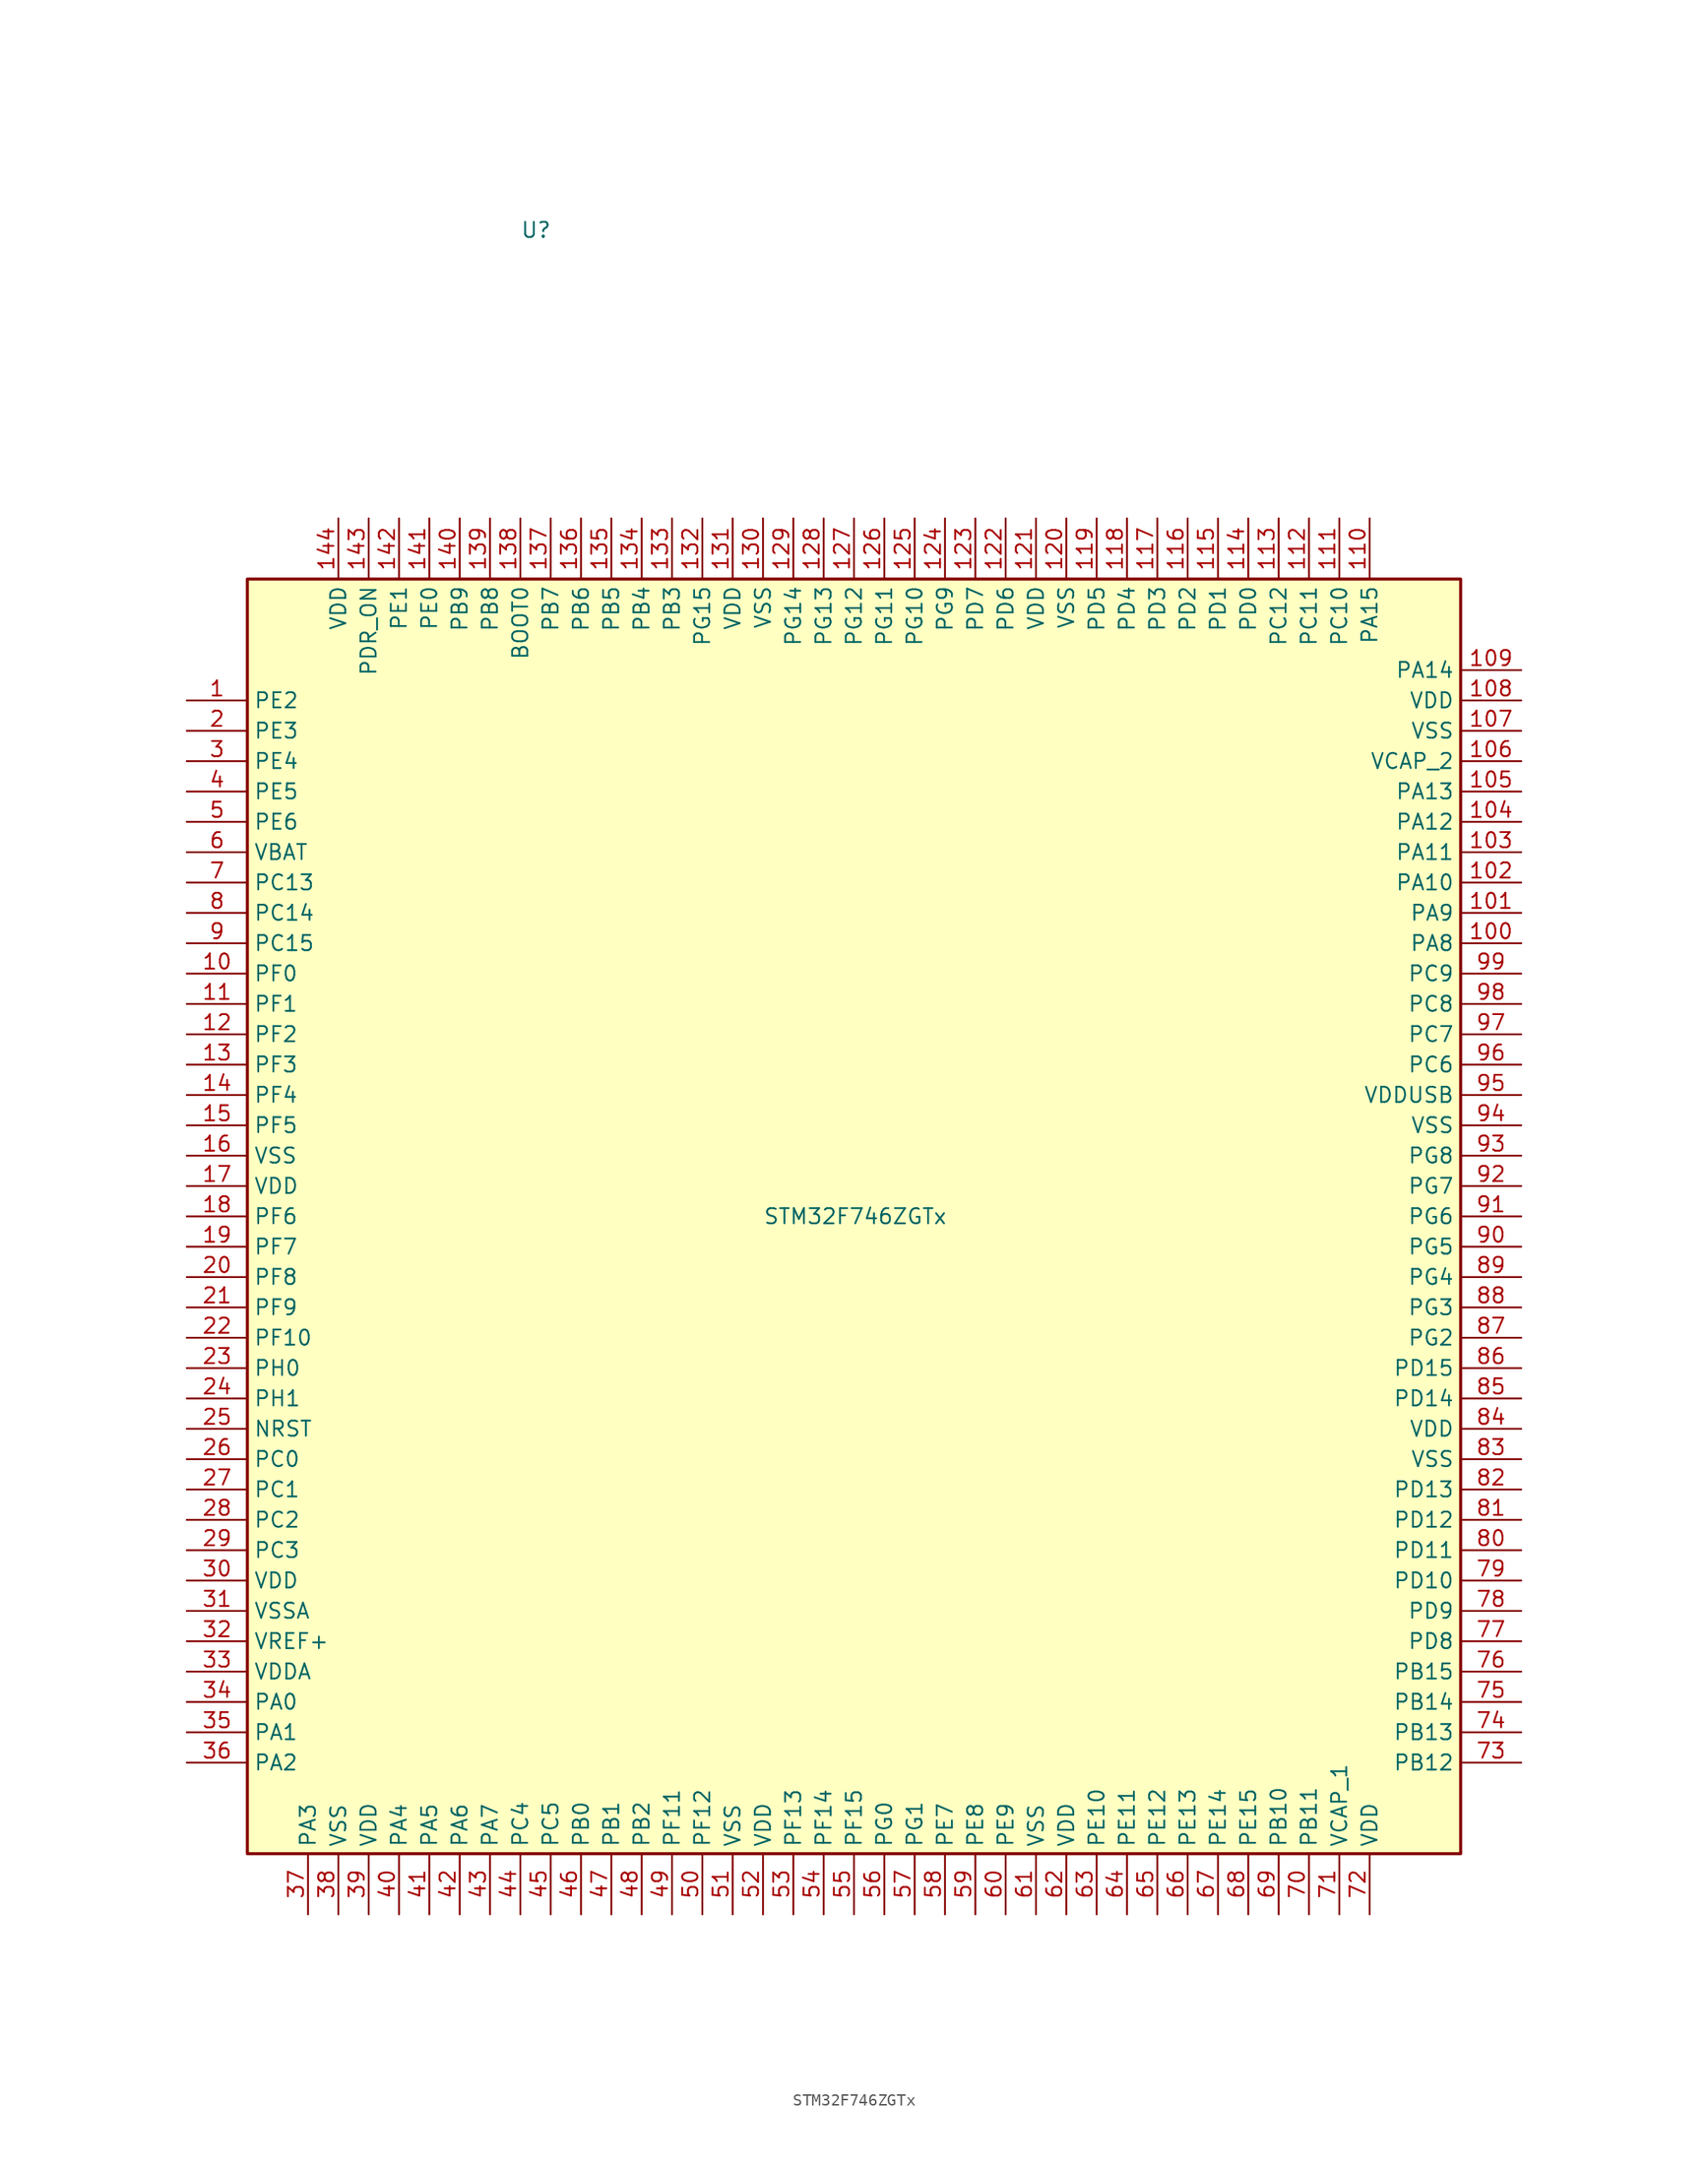
<source format=kicad_sym>
(kicad_symbol_lib
  (version 20211014)
  (generator kicad_symbol_editor)
  (symbol "STM32F746ZGTx"
    (property "Reference" "U"
      (at -25.4 87.63 0)
      (effects (font (size 1.27 1.27)) (justify left)))
    (property "Value" "STM32F746ZGTx"
      (at -5.08 5.08 0)
      (effects (font (size 1.27 1.27)) (justify left)))
    (symbol "STM32F746ZGTx_0_1"
      (rectangle (start -48.26 58.42) (end 53.34 -48.26) (stroke (width 0.254) (type default) (color 0 0 0 0)) (fill (type background))))
    (symbol "STM32F746ZGTx_1_1"
      (pin bidirectional line (at -53.34 48.26 0) (length 5.08) (name "PE2" (effects (font (size 1.27 1.27)))) (number "1" (effects (font (size 1.27 1.27)))))
      (pin bidirectional line (at -53.34 25.4 0) (length 5.08) (name "PF0" (effects (font (size 1.27 1.27)))) (number "10" (effects (font (size 1.27 1.27)))))
      (pin bidirectional line (at 58.42 27.94 180) (length 5.08) (name "PA8" (effects (font (size 1.27 1.27)))) (number "100" (effects (font (size 1.27 1.27)))))
      (pin bidirectional line (at 58.42 30.48 180) (length 5.08) (name "PA9" (effects (font (size 1.27 1.27)))) (number "101" (effects (font (size 1.27 1.27)))))
      (pin bidirectional line (at 58.42 33.02 180) (length 5.08) (name "PA10" (effects (font (size 1.27 1.27)))) (number "102" (effects (font (size 1.27 1.27)))))
      (pin bidirectional line (at 58.42 35.56 180) (length 5.08) (name "PA11" (effects (font (size 1.27 1.27)))) (number "103" (effects (font (size 1.27 1.27)))))
      (pin bidirectional line (at 58.42 38.1 180) (length 5.08) (name "PA12" (effects (font (size 1.27 1.27)))) (number "104" (effects (font (size 1.27 1.27)))))
      (pin bidirectional line (at 58.42 40.64 180) (length 5.08) (name "PA13" (effects (font (size 1.27 1.27)))) (number "105" (effects (font (size 1.27 1.27)))))
      (pin power_in line (at 58.42 43.18 180) (length 5.08) (name "VCAP_2" (effects (font (size 1.27 1.27)))) (number "106" (effects (font (size 1.27 1.27)))))
      (pin power_in line (at 58.42 45.72 180) (length 5.08) (name "VSS" (effects (font (size 1.27 1.27)))) (number "107" (effects (font (size 1.27 1.27)))))
      (pin power_in line (at 58.42 48.26 180) (length 5.08) (name "VDD" (effects (font (size 1.27 1.27)))) (number "108" (effects (font (size 1.27 1.27)))))
      (pin bidirectional line (at 58.42 50.8 180) (length 5.08) (name "PA14" (effects (font (size 1.27 1.27)))) (number "109" (effects (font (size 1.27 1.27)))))
      (pin bidirectional line (at -53.34 22.86 0) (length 5.08) (name "PF1" (effects (font (size 1.27 1.27)))) (number "11" (effects (font (size 1.27 1.27)))))
      (pin bidirectional line (at 45.72 63.5 270) (length 5.08) (name "PA15" (effects (font (size 1.27 1.27)))) (number "110" (effects (font (size 1.27 1.27)))))
      (pin bidirectional line (at 43.18 63.5 270) (length 5.08) (name "PC10" (effects (font (size 1.27 1.27)))) (number "111" (effects (font (size 1.27 1.27)))))
      (pin bidirectional line (at 40.64 63.5 270) (length 5.08) (name "PC11" (effects (font (size 1.27 1.27)))) (number "112" (effects (font (size 1.27 1.27)))))
      (pin bidirectional line (at 38.1 63.5 270) (length 5.08) (name "PC12" (effects (font (size 1.27 1.27)))) (number "113" (effects (font (size 1.27 1.27)))))
      (pin bidirectional line (at 35.56 63.5 270) (length 5.08) (name "PD0" (effects (font (size 1.27 1.27)))) (number "114" (effects (font (size 1.27 1.27)))))
      (pin bidirectional line (at 33.02 63.5 270) (length 5.08) (name "PD1" (effects (font (size 1.27 1.27)))) (number "115" (effects (font (size 1.27 1.27)))))
      (pin bidirectional line (at 30.48 63.5 270) (length 5.08) (name "PD2" (effects (font (size 1.27 1.27)))) (number "116" (effects (font (size 1.27 1.27)))))
      (pin bidirectional line (at 27.94 63.5 270) (length 5.08) (name "PD3" (effects (font (size 1.27 1.27)))) (number "117" (effects (font (size 1.27 1.27)))))
      (pin bidirectional line (at 25.4 63.5 270) (length 5.08) (name "PD4" (effects (font (size 1.27 1.27)))) (number "118" (effects (font (size 1.27 1.27)))))
      (pin bidirectional line (at 22.86 63.5 270) (length 5.08) (name "PD5" (effects (font (size 1.27 1.27)))) (number "119" (effects (font (size 1.27 1.27)))))
      (pin bidirectional line (at -53.34 20.32 0) (length 5.08) (name "PF2" (effects (font (size 1.27 1.27)))) (number "12" (effects (font (size 1.27 1.27)))))
      (pin power_in line (at 20.32 63.5 270) (length 5.08) (name "VSS" (effects (font (size 1.27 1.27)))) (number "120" (effects (font (size 1.27 1.27)))))
      (pin power_in line (at 17.78 63.5 270) (length 5.08) (name "VDD" (effects (font (size 1.27 1.27)))) (number "121" (effects (font (size 1.27 1.27)))))
      (pin bidirectional line (at 15.24 63.5 270) (length 5.08) (name "PD6" (effects (font (size 1.27 1.27)))) (number "122" (effects (font (size 1.27 1.27)))))
      (pin bidirectional line (at 12.7 63.5 270) (length 5.08) (name "PD7" (effects (font (size 1.27 1.27)))) (number "123" (effects (font (size 1.27 1.27)))))
      (pin bidirectional line (at 10.16 63.5 270) (length 5.08) (name "PG9" (effects (font (size 1.27 1.27)))) (number "124" (effects (font (size 1.27 1.27)))))
      (pin bidirectional line (at 7.62 63.5 270) (length 5.08) (name "PG10" (effects (font (size 1.27 1.27)))) (number "125" (effects (font (size 1.27 1.27)))))
      (pin bidirectional line (at 5.08 63.5 270) (length 5.08) (name "PG11" (effects (font (size 1.27 1.27)))) (number "126" (effects (font (size 1.27 1.27)))))
      (pin bidirectional line (at 2.54 63.5 270) (length 5.08) (name "PG12" (effects (font (size 1.27 1.27)))) (number "127" (effects (font (size 1.27 1.27)))))
      (pin bidirectional line (at 0 63.5 270) (length 5.08) (name "PG13" (effects (font (size 1.27 1.27)))) (number "128" (effects (font (size 1.27 1.27)))))
      (pin bidirectional line (at -2.54 63.5 270) (length 5.08) (name "PG14" (effects (font (size 1.27 1.27)))) (number "129" (effects (font (size 1.27 1.27)))))
      (pin bidirectional line (at -53.34 17.78 0) (length 5.08) (name "PF3" (effects (font (size 1.27 1.27)))) (number "13" (effects (font (size 1.27 1.27)))))
      (pin power_in line (at -5.08 63.5 270) (length 5.08) (name "VSS" (effects (font (size 1.27 1.27)))) (number "130" (effects (font (size 1.27 1.27)))))
      (pin power_in line (at -7.62 63.5 270) (length 5.08) (name "VDD" (effects (font (size 1.27 1.27)))) (number "131" (effects (font (size 1.27 1.27)))))
      (pin bidirectional line (at -10.16 63.5 270) (length 5.08) (name "PG15" (effects (font (size 1.27 1.27)))) (number "132" (effects (font (size 1.27 1.27)))))
      (pin bidirectional line (at -12.7 63.5 270) (length 5.08) (name "PB3" (effects (font (size 1.27 1.27)))) (number "133" (effects (font (size 1.27 1.27)))))
      (pin bidirectional line (at -15.24 63.5 270) (length 5.08) (name "PB4" (effects (font (size 1.27 1.27)))) (number "134" (effects (font (size 1.27 1.27)))))
      (pin bidirectional line (at -17.78 63.5 270) (length 5.08) (name "PB5" (effects (font (size 1.27 1.27)))) (number "135" (effects (font (size 1.27 1.27)))))
      (pin bidirectional line (at -20.32 63.5 270) (length 5.08) (name "PB6" (effects (font (size 1.27 1.27)))) (number "136" (effects (font (size 1.27 1.27)))))
      (pin bidirectional line (at -22.86 63.5 270) (length 5.08) (name "PB7" (effects (font (size 1.27 1.27)))) (number "137" (effects (font (size 1.27 1.27)))))
      (pin input line (at -25.4 63.5 270) (length 5.08) (name "BOOT0" (effects (font (size 1.27 1.27)))) (number "138" (effects (font (size 1.27 1.27)))))
      (pin bidirectional line (at -27.94 63.5 270) (length 5.08) (name "PB8" (effects (font (size 1.27 1.27)))) (number "139" (effects (font (size 1.27 1.27)))))
      (pin bidirectional line (at -53.34 15.24 0) (length 5.08) (name "PF4" (effects (font (size 1.27 1.27)))) (number "14" (effects (font (size 1.27 1.27)))))
      (pin bidirectional line (at -30.48 63.5 270) (length 5.08) (name "PB9" (effects (font (size 1.27 1.27)))) (number "140" (effects (font (size 1.27 1.27)))))
      (pin bidirectional line (at -33.02 63.5 270) (length 5.08) (name "PE0" (effects (font (size 1.27 1.27)))) (number "141" (effects (font (size 1.27 1.27)))))
      (pin bidirectional line (at -35.56 63.5 270) (length 5.08) (name "PE1" (effects (font (size 1.27 1.27)))) (number "142" (effects (font (size 1.27 1.27)))))
      (pin input line (at -38.1 63.5 270) (length 5.08) (name "PDR_ON" (effects (font (size 1.27 1.27)))) (number "143" (effects (font (size 1.27 1.27)))))
      (pin power_in line (at -40.64 63.5 270) (length 5.08) (name "VDD" (effects (font (size 1.27 1.27)))) (number "144" (effects (font (size 1.27 1.27)))))
      (pin bidirectional line (at -53.34 12.7 0) (length 5.08) (name "PF5" (effects (font (size 1.27 1.27)))) (number "15" (effects (font (size 1.27 1.27)))))
      (pin power_in line (at -53.34 10.16 0) (length 5.08) (name "VSS" (effects (font (size 1.27 1.27)))) (number "16" (effects (font (size 1.27 1.27)))))
      (pin power_in line (at -53.34 7.62 0) (length 5.08) (name "VDD" (effects (font (size 1.27 1.27)))) (number "17" (effects (font (size 1.27 1.27)))))
      (pin bidirectional line (at -53.34 5.08 0) (length 5.08) (name "PF6" (effects (font (size 1.27 1.27)))) (number "18" (effects (font (size 1.27 1.27)))))
      (pin bidirectional line (at -53.34 2.54 0) (length 5.08) (name "PF7" (effects (font (size 1.27 1.27)))) (number "19" (effects (font (size 1.27 1.27)))))
      (pin bidirectional line (at -53.34 45.72 0) (length 5.08) (name "PE3" (effects (font (size 1.27 1.27)))) (number "2" (effects (font (size 1.27 1.27)))))
      (pin bidirectional line (at -53.34 0 0) (length 5.08) (name "PF8" (effects (font (size 1.27 1.27)))) (number "20" (effects (font (size 1.27 1.27)))))
      (pin bidirectional line (at -53.34 -2.54 0) (length 5.08) (name "PF9" (effects (font (size 1.27 1.27)))) (number "21" (effects (font (size 1.27 1.27)))))
      (pin bidirectional line (at -53.34 -5.08 0) (length 5.08) (name "PF10" (effects (font (size 1.27 1.27)))) (number "22" (effects (font (size 1.27 1.27)))))
      (pin input line (at -53.34 -7.62 0) (length 5.08) (name "PH0" (effects (font (size 1.27 1.27)))) (number "23" (effects (font (size 1.27 1.27)))))
      (pin input line (at -53.34 -10.16 0) (length 5.08) (name "PH1" (effects (font (size 1.27 1.27)))) (number "24" (effects (font (size 1.27 1.27)))))
      (pin input line (at -53.34 -12.7 0) (length 5.08) (name "NRST" (effects (font (size 1.27 1.27)))) (number "25" (effects (font (size 1.27 1.27)))))
      (pin bidirectional line (at -53.34 -15.24 0) (length 5.08) (name "PC0" (effects (font (size 1.27 1.27)))) (number "26" (effects (font (size 1.27 1.27)))))
      (pin bidirectional line (at -53.34 -17.78 0) (length 5.08) (name "PC1" (effects (font (size 1.27 1.27)))) (number "27" (effects (font (size 1.27 1.27)))))
      (pin bidirectional line (at -53.34 -20.32 0) (length 5.08) (name "PC2" (effects (font (size 1.27 1.27)))) (number "28" (effects (font (size 1.27 1.27)))))
      (pin bidirectional line (at -53.34 -22.86 0) (length 5.08) (name "PC3" (effects (font (size 1.27 1.27)))) (number "29" (effects (font (size 1.27 1.27)))))
      (pin bidirectional line (at -53.34 43.18 0) (length 5.08) (name "PE4" (effects (font (size 1.27 1.27)))) (number "3" (effects (font (size 1.27 1.27)))))
      (pin power_in line (at -53.34 -25.4 0) (length 5.08) (name "VDD" (effects (font (size 1.27 1.27)))) (number "30" (effects (font (size 1.27 1.27)))))
      (pin power_in line (at -53.34 -27.94 0) (length 5.08) (name "VSSA" (effects (font (size 1.27 1.27)))) (number "31" (effects (font (size 1.27 1.27)))))
      (pin power_in line (at -53.34 -30.48 0) (length 5.08) (name "VREF+" (effects (font (size 1.27 1.27)))) (number "32" (effects (font (size 1.27 1.27)))))
      (pin power_in line (at -53.34 -33.02 0) (length 5.08) (name "VDDA" (effects (font (size 1.27 1.27)))) (number "33" (effects (font (size 1.27 1.27)))))
      (pin bidirectional line (at -53.34 -35.56 0) (length 5.08) (name "PA0" (effects (font (size 1.27 1.27)))) (number "34" (effects (font (size 1.27 1.27)))))
      (pin bidirectional line (at -53.34 -38.1 0) (length 5.08) (name "PA1" (effects (font (size 1.27 1.27)))) (number "35" (effects (font (size 1.27 1.27)))))
      (pin bidirectional line (at -53.34 -40.64 0) (length 5.08) (name "PA2" (effects (font (size 1.27 1.27)))) (number "36" (effects (font (size 1.27 1.27)))))
      (pin bidirectional line (at -43.18 -53.34 90) (length 5.08) (name "PA3" (effects (font (size 1.27 1.27)))) (number "37" (effects (font (size 1.27 1.27)))))
      (pin power_in line (at -40.64 -53.34 90) (length 5.08) (name "VSS" (effects (font (size 1.27 1.27)))) (number "38" (effects (font (size 1.27 1.27)))))
      (pin power_in line (at -38.1 -53.34 90) (length 5.08) (name "VDD" (effects (font (size 1.27 1.27)))) (number "39" (effects (font (size 1.27 1.27)))))
      (pin bidirectional line (at -53.34 40.64 0) (length 5.08) (name "PE5" (effects (font (size 1.27 1.27)))) (number "4" (effects (font (size 1.27 1.27)))))
      (pin bidirectional line (at -35.56 -53.34 90) (length 5.08) (name "PA4" (effects (font (size 1.27 1.27)))) (number "40" (effects (font (size 1.27 1.27)))))
      (pin bidirectional line (at -33.02 -53.34 90) (length 5.08) (name "PA5" (effects (font (size 1.27 1.27)))) (number "41" (effects (font (size 1.27 1.27)))))
      (pin bidirectional line (at -30.48 -53.34 90) (length 5.08) (name "PA6" (effects (font (size 1.27 1.27)))) (number "42" (effects (font (size 1.27 1.27)))))
      (pin bidirectional line (at -27.94 -53.34 90) (length 5.08) (name "PA7" (effects (font (size 1.27 1.27)))) (number "43" (effects (font (size 1.27 1.27)))))
      (pin bidirectional line (at -25.4 -53.34 90) (length 5.08) (name "PC4" (effects (font (size 1.27 1.27)))) (number "44" (effects (font (size 1.27 1.27)))))
      (pin bidirectional line (at -22.86 -53.34 90) (length 5.08) (name "PC5" (effects (font (size 1.27 1.27)))) (number "45" (effects (font (size 1.27 1.27)))))
      (pin bidirectional line (at -20.32 -53.34 90) (length 5.08) (name "PB0" (effects (font (size 1.27 1.27)))) (number "46" (effects (font (size 1.27 1.27)))))
      (pin bidirectional line (at -17.78 -53.34 90) (length 5.08) (name "PB1" (effects (font (size 1.27 1.27)))) (number "47" (effects (font (size 1.27 1.27)))))
      (pin bidirectional line (at -15.24 -53.34 90) (length 5.08) (name "PB2" (effects (font (size 1.27 1.27)))) (number "48" (effects (font (size 1.27 1.27)))))
      (pin bidirectional line (at -12.7 -53.34 90) (length 5.08) (name "PF11" (effects (font (size 1.27 1.27)))) (number "49" (effects (font (size 1.27 1.27)))))
      (pin bidirectional line (at -53.34 38.1 0) (length 5.08) (name "PE6" (effects (font (size 1.27 1.27)))) (number "5" (effects (font (size 1.27 1.27)))))
      (pin bidirectional line (at -10.16 -53.34 90) (length 5.08) (name "PF12" (effects (font (size 1.27 1.27)))) (number "50" (effects (font (size 1.27 1.27)))))
      (pin power_in line (at -7.62 -53.34 90) (length 5.08) (name "VSS" (effects (font (size 1.27 1.27)))) (number "51" (effects (font (size 1.27 1.27)))))
      (pin power_in line (at -5.08 -53.34 90) (length 5.08) (name "VDD" (effects (font (size 1.27 1.27)))) (number "52" (effects (font (size 1.27 1.27)))))
      (pin bidirectional line (at -2.54 -53.34 90) (length 5.08) (name "PF13" (effects (font (size 1.27 1.27)))) (number "53" (effects (font (size 1.27 1.27)))))
      (pin bidirectional line (at 0 -53.34 90) (length 5.08) (name "PF14" (effects (font (size 1.27 1.27)))) (number "54" (effects (font (size 1.27 1.27)))))
      (pin bidirectional line (at 2.54 -53.34 90) (length 5.08) (name "PF15" (effects (font (size 1.27 1.27)))) (number "55" (effects (font (size 1.27 1.27)))))
      (pin bidirectional line (at 5.08 -53.34 90) (length 5.08) (name "PG0" (effects (font (size 1.27 1.27)))) (number "56" (effects (font (size 1.27 1.27)))))
      (pin bidirectional line (at 7.62 -53.34 90) (length 5.08) (name "PG1" (effects (font (size 1.27 1.27)))) (number "57" (effects (font (size 1.27 1.27)))))
      (pin bidirectional line (at 10.16 -53.34 90) (length 5.08) (name "PE7" (effects (font (size 1.27 1.27)))) (number "58" (effects (font (size 1.27 1.27)))))
      (pin bidirectional line (at 12.7 -53.34 90) (length 5.08) (name "PE8" (effects (font (size 1.27 1.27)))) (number "59" (effects (font (size 1.27 1.27)))))
      (pin power_in line (at -53.34 35.56 0) (length 5.08) (name "VBAT" (effects (font (size 1.27 1.27)))) (number "6" (effects (font (size 1.27 1.27)))))
      (pin bidirectional line (at 15.24 -53.34 90) (length 5.08) (name "PE9" (effects (font (size 1.27 1.27)))) (number "60" (effects (font (size 1.27 1.27)))))
      (pin power_in line (at 17.78 -53.34 90) (length 5.08) (name "VSS" (effects (font (size 1.27 1.27)))) (number "61" (effects (font (size 1.27 1.27)))))
      (pin power_in line (at 20.32 -53.34 90) (length 5.08) (name "VDD" (effects (font (size 1.27 1.27)))) (number "62" (effects (font (size 1.27 1.27)))))
      (pin bidirectional line (at 22.86 -53.34 90) (length 5.08) (name "PE10" (effects (font (size 1.27 1.27)))) (number "63" (effects (font (size 1.27 1.27)))))
      (pin bidirectional line (at 25.4 -53.34 90) (length 5.08) (name "PE11" (effects (font (size 1.27 1.27)))) (number "64" (effects (font (size 1.27 1.27)))))
      (pin bidirectional line (at 27.94 -53.34 90) (length 5.08) (name "PE12" (effects (font (size 1.27 1.27)))) (number "65" (effects (font (size 1.27 1.27)))))
      (pin bidirectional line (at 30.48 -53.34 90) (length 5.08) (name "PE13" (effects (font (size 1.27 1.27)))) (number "66" (effects (font (size 1.27 1.27)))))
      (pin bidirectional line (at 33.02 -53.34 90) (length 5.08) (name "PE14" (effects (font (size 1.27 1.27)))) (number "67" (effects (font (size 1.27 1.27)))))
      (pin bidirectional line (at 35.56 -53.34 90) (length 5.08) (name "PE15" (effects (font (size 1.27 1.27)))) (number "68" (effects (font (size 1.27 1.27)))))
      (pin bidirectional line (at 38.1 -53.34 90) (length 5.08) (name "PB10" (effects (font (size 1.27 1.27)))) (number "69" (effects (font (size 1.27 1.27)))))
      (pin bidirectional line (at -53.34 33.02 0) (length 5.08) (name "PC13" (effects (font (size 1.27 1.27)))) (number "7" (effects (font (size 1.27 1.27)))))
      (pin bidirectional line (at 40.64 -53.34 90) (length 5.08) (name "PB11" (effects (font (size 1.27 1.27)))) (number "70" (effects (font (size 1.27 1.27)))))
      (pin power_in line (at 43.18 -53.34 90) (length 5.08) (name "VCAP_1" (effects (font (size 1.27 1.27)))) (number "71" (effects (font (size 1.27 1.27)))))
      (pin power_in line (at 45.72 -53.34 90) (length 5.08) (name "VDD" (effects (font (size 1.27 1.27)))) (number "72" (effects (font (size 1.27 1.27)))))
      (pin bidirectional line (at 58.42 -40.64 180) (length 5.08) (name "PB12" (effects (font (size 1.27 1.27)))) (number "73" (effects (font (size 1.27 1.27)))))
      (pin bidirectional line (at 58.42 -38.1 180) (length 5.08) (name "PB13" (effects (font (size 1.27 1.27)))) (number "74" (effects (font (size 1.27 1.27)))))
      (pin bidirectional line (at 58.42 -35.56 180) (length 5.08) (name "PB14" (effects (font (size 1.27 1.27)))) (number "75" (effects (font (size 1.27 1.27)))))
      (pin bidirectional line (at 58.42 -33.02 180) (length 5.08) (name "PB15" (effects (font (size 1.27 1.27)))) (number "76" (effects (font (size 1.27 1.27)))))
      (pin bidirectional line (at 58.42 -30.48 180) (length 5.08) (name "PD8" (effects (font (size 1.27 1.27)))) (number "77" (effects (font (size 1.27 1.27)))))
      (pin bidirectional line (at 58.42 -27.94 180) (length 5.08) (name "PD9" (effects (font (size 1.27 1.27)))) (number "78" (effects (font (size 1.27 1.27)))))
      (pin bidirectional line (at 58.42 -25.4 180) (length 5.08) (name "PD10" (effects (font (size 1.27 1.27)))) (number "79" (effects (font (size 1.27 1.27)))))
      (pin bidirectional line (at -53.34 30.48 0) (length 5.08) (name "PC14" (effects (font (size 1.27 1.27)))) (number "8" (effects (font (size 1.27 1.27)))))
      (pin bidirectional line (at 58.42 -22.86 180) (length 5.08) (name "PD11" (effects (font (size 1.27 1.27)))) (number "80" (effects (font (size 1.27 1.27)))))
      (pin bidirectional line (at 58.42 -20.32 180) (length 5.08) (name "PD12" (effects (font (size 1.27 1.27)))) (number "81" (effects (font (size 1.27 1.27)))))
      (pin bidirectional line (at 58.42 -17.78 180) (length 5.08) (name "PD13" (effects (font (size 1.27 1.27)))) (number "82" (effects (font (size 1.27 1.27)))))
      (pin power_in line (at 58.42 -15.24 180) (length 5.08) (name "VSS" (effects (font (size 1.27 1.27)))) (number "83" (effects (font (size 1.27 1.27)))))
      (pin power_in line (at 58.42 -12.7 180) (length 5.08) (name "VDD" (effects (font (size 1.27 1.27)))) (number "84" (effects (font (size 1.27 1.27)))))
      (pin bidirectional line (at 58.42 -10.16 180) (length 5.08) (name "PD14" (effects (font (size 1.27 1.27)))) (number "85" (effects (font (size 1.27 1.27)))))
      (pin bidirectional line (at 58.42 -7.62 180) (length 5.08) (name "PD15" (effects (font (size 1.27 1.27)))) (number "86" (effects (font (size 1.27 1.27)))))
      (pin bidirectional line (at 58.42 -5.08 180) (length 5.08) (name "PG2" (effects (font (size 1.27 1.27)))) (number "87" (effects (font (size 1.27 1.27)))))
      (pin bidirectional line (at 58.42 -2.54 180) (length 5.08) (name "PG3" (effects (font (size 1.27 1.27)))) (number "88" (effects (font (size 1.27 1.27)))))
      (pin bidirectional line (at 58.42 0 180) (length 5.08) (name "PG4" (effects (font (size 1.27 1.27)))) (number "89" (effects (font (size 1.27 1.27)))))
      (pin bidirectional line (at -53.34 27.94 0) (length 5.08) (name "PC15" (effects (font (size 1.27 1.27)))) (number "9" (effects (font (size 1.27 1.27)))))
      (pin bidirectional line (at 58.42 2.54 180) (length 5.08) (name "PG5" (effects (font (size 1.27 1.27)))) (number "90" (effects (font (size 1.27 1.27)))))
      (pin bidirectional line (at 58.42 5.08 180) (length 5.08) (name "PG6" (effects (font (size 1.27 1.27)))) (number "91" (effects (font (size 1.27 1.27)))))
      (pin bidirectional line (at 58.42 7.62 180) (length 5.08) (name "PG7" (effects (font (size 1.27 1.27)))) (number "92" (effects (font (size 1.27 1.27)))))
      (pin bidirectional line (at 58.42 10.16 180) (length 5.08) (name "PG8" (effects (font (size 1.27 1.27)))) (number "93" (effects (font (size 1.27 1.27)))))
      (pin power_in line (at 58.42 12.7 180) (length 5.08) (name "VSS" (effects (font (size 1.27 1.27)))) (number "94" (effects (font (size 1.27 1.27)))))
      (pin power_in line (at 58.42 15.24 180) (length 5.08) (name "VDDUSB" (effects (font (size 1.27 1.27)))) (number "95" (effects (font (size 1.27 1.27)))))
      (pin bidirectional line (at 58.42 17.78 180) (length 5.08) (name "PC6" (effects (font (size 1.27 1.27)))) (number "96" (effects (font (size 1.27 1.27)))))
      (pin bidirectional line (at 58.42 20.32 180) (length 5.08) (name "PC7" (effects (font (size 1.27 1.27)))) (number "97" (effects (font (size 1.27 1.27)))))
      (pin bidirectional line (at 58.42 22.86 180) (length 5.08) (name "PC8" (effects (font (size 1.27 1.27)))) (number "98" (effects (font (size 1.27 1.27)))))
      (pin bidirectional line (at 58.42 25.4 180) (length 5.08) (name "PC9" (effects (font (size 1.27 1.27)))) (number "99" (effects (font (size 1.27 1.27))))))))
</source>
